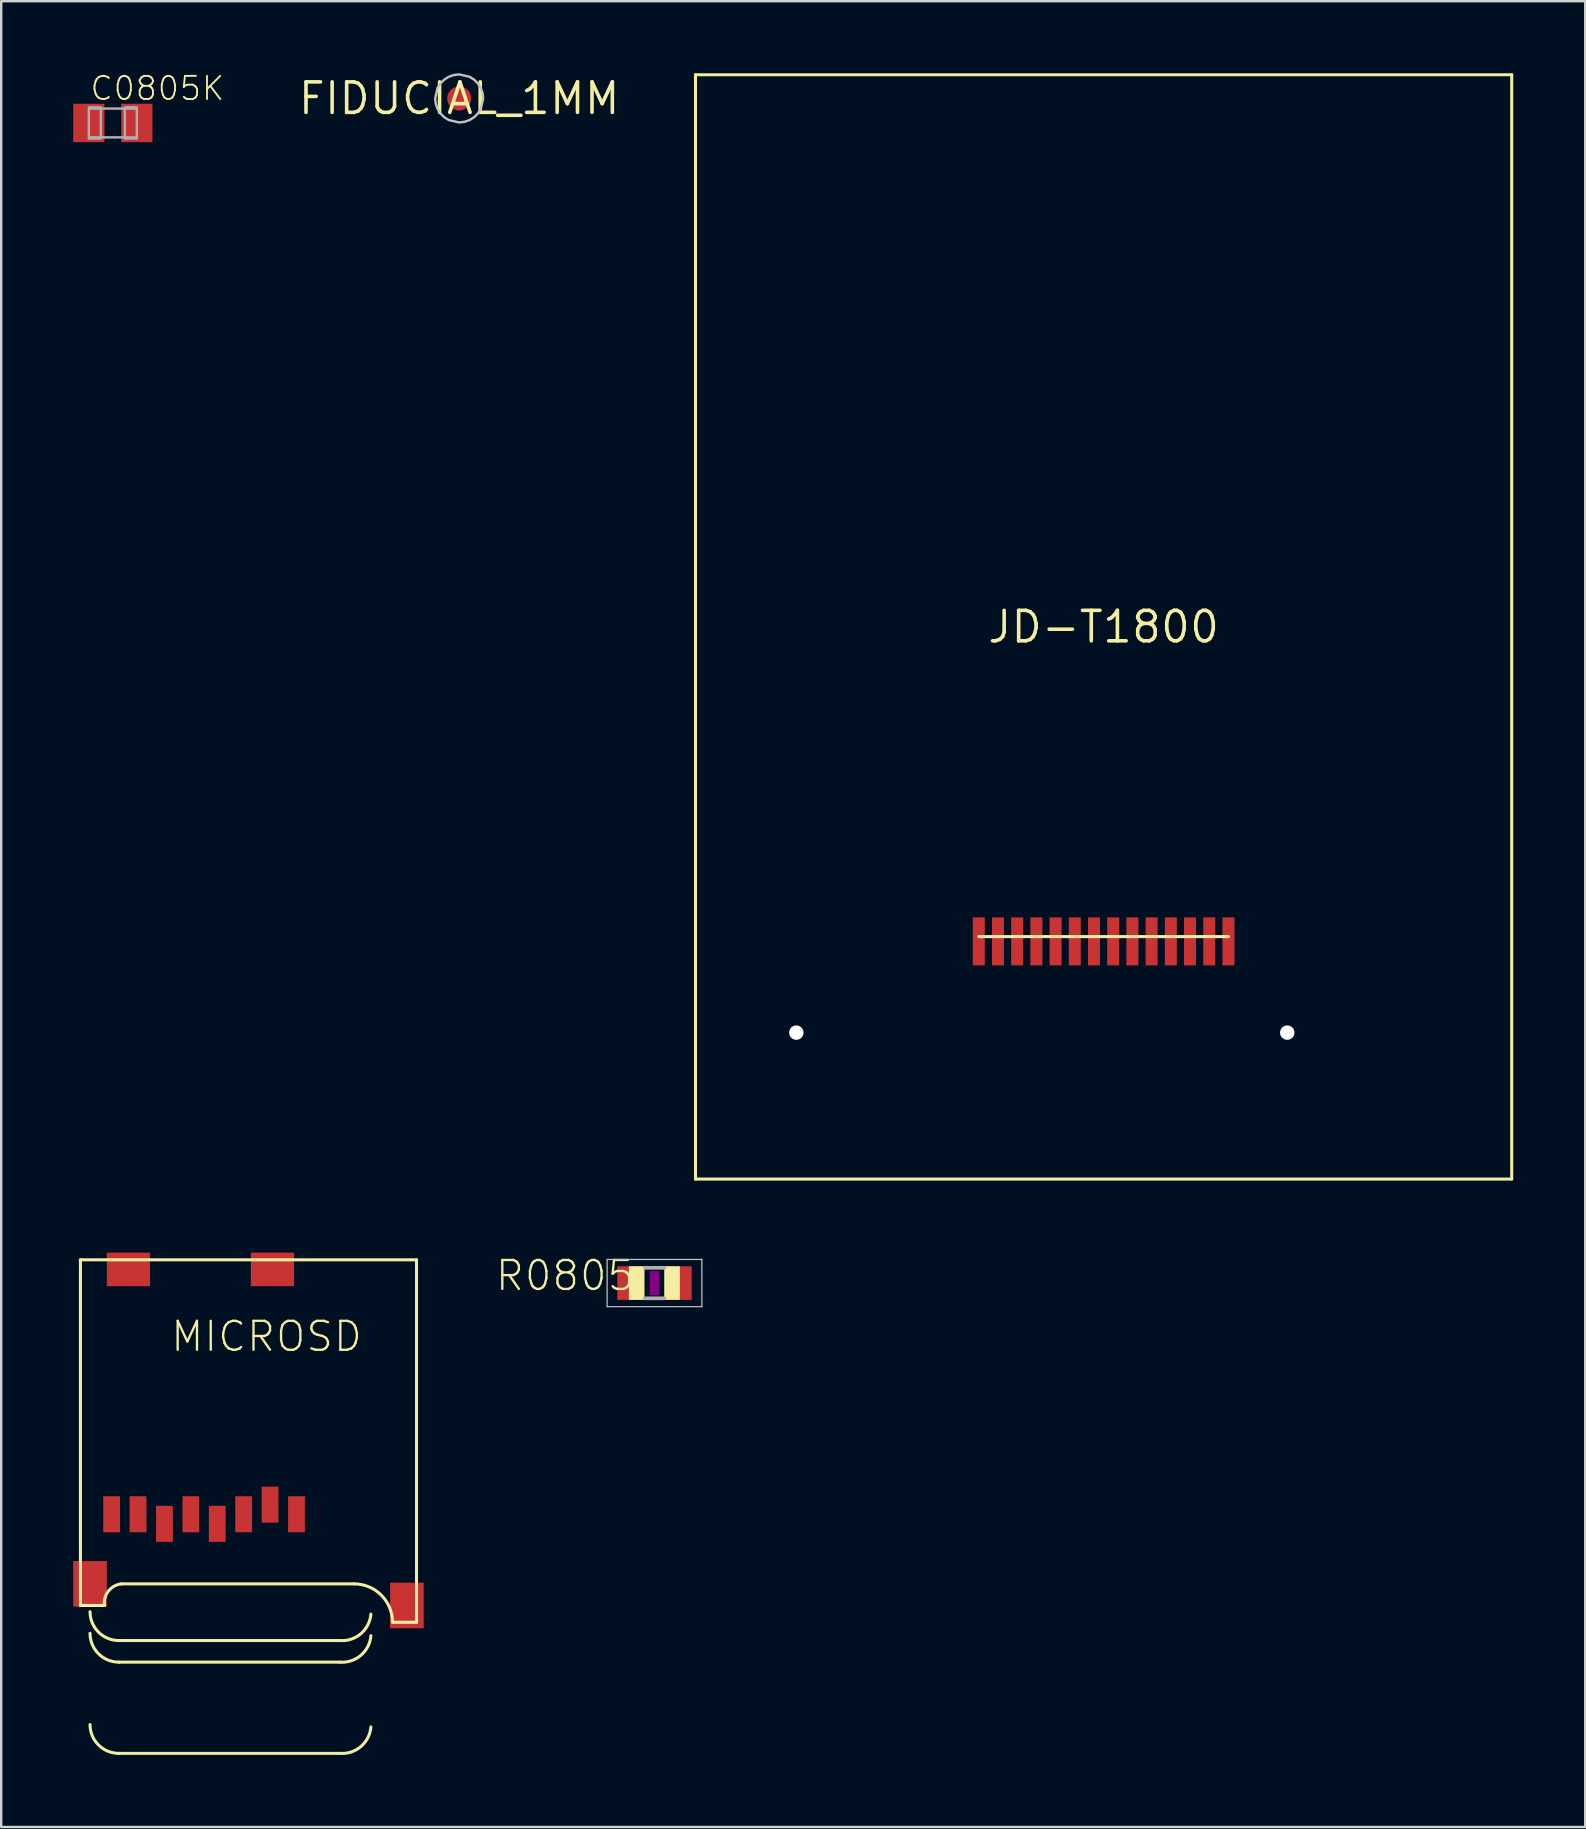
<source format=kicad_pcb>
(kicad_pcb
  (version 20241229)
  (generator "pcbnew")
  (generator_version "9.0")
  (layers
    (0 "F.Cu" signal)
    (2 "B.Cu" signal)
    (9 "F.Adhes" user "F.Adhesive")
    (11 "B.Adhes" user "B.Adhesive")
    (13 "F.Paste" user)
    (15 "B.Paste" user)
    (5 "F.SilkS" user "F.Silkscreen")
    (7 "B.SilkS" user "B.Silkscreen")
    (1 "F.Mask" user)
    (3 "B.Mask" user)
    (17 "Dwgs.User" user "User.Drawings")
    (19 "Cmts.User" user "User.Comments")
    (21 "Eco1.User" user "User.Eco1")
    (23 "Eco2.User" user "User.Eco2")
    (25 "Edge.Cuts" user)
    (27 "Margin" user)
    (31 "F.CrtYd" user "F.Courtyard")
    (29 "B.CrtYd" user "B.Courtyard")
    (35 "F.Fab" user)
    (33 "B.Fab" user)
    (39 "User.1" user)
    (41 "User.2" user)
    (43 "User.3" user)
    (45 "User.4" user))
  (footprint "C0805K"
    (layer "F.Cu")
    (at 1.65 2.072)
    (property "Reference" "C0805K" (at -1 -0.875 0) (layer "F.SilkS") (effects (font (size 0.965 0.965) (thickness 0.077)) (justify left bottom)))
    (attr through_hole)
    (fp_line (start -0.925 -0.6) (end 0.925 -0.6) (stroke (width 0.102) (type solid)) (layer "F.Fab"))
    (fp_line (start 0.925 0.6) (end -0.925 0.6) (stroke (width 0.102) (type solid)) (layer "F.Fab"))
    (fp_poly (pts (xy -1 0.65) (xy -0.5 0.65) (xy -0.5 -0.65) (xy -1 -0.65)) (stroke (width 0.1) (type solid)) (fill no) (layer "F.Fab"))
    (fp_poly (pts (xy 0.5 0.65) (xy 1 0.65) (xy 1 -0.65) (xy 0.5 -0.65)) (stroke (width 0.1) (type solid)) (fill no) (layer "F.Fab"))
    (pad "1" smd rect (at -1 0) (size 1.3 1.6) (layers "F.Cu" "F.Mask" "F.Paste"))
    (pad "2" smd rect (at 1 0) (size 1.3 1.6) (layers "F.Cu" "F.Mask" "F.Paste")))
  (footprint "MICROSD"
    (layer "F.Cu")
    (at 0.3 49.387)
    (property "Reference" "MICROSD" (at 3.7 3.94 0) (layer "F.SilkS") (effects (font (size 1.206 1.206) (thickness 0.097)) (justify left bottom)))
    (attr through_hole)
    (fp_line (start 0 0.04) (end 0 14.44) (stroke (width 0.127) (type solid)) (layer "F.SilkS"))
    (fp_line (start 0 14.44) (end 1 14.44) (stroke (width 0.127) (type solid)) (layer "F.SilkS"))
    (fp_line (start 1.6 15.9) (end 10.8 15.9) (stroke (width 0.127) (type solid)) (layer "F.SilkS"))
    (fp_line (start 1.6 16.8) (end 10.8 16.8) (stroke (width 0.127) (type solid)) (layer "F.SilkS"))
    (fp_line (start 1.6 20.6) (end 10.8 20.6) (stroke (width 0.127) (type solid)) (layer "F.SilkS"))
    (fp_line (start 1.7 13.54) (end 11.4 13.54) (stroke (width 0.127) (type solid)) (layer "F.SilkS"))
    (fp_line (start 13 15.14) (end 14 15.14) (stroke (width 0.127) (type solid)) (layer "F.SilkS"))
    (fp_line (start 14 0.04) (end 0 0.04) (stroke (width 0.127) (type solid)) (layer "F.SilkS"))
    (fp_line (start 14 15.14) (end 14 0.04) (stroke (width 0.127) (type solid)) (layer "F.SilkS"))
    (fp_arc (start 1 14.44) (mid 1.163604 13.845025) (end 1.7 13.54) (stroke (width 0.127) (type solid)) (layer "F.SilkS"))
    (fp_arc (start 1.6 15.9) (mid 0.751472 15.548528) (end 0.4 14.7) (stroke (width 0.127) (type solid)) (layer "F.SilkS"))
    (fp_arc (start 1.6 16.8) (mid 0.751472 16.448528) (end 0.4 15.6) (stroke (width 0.127) (type solid)) (layer "F.SilkS"))
    (fp_arc (start 1.6 20.6) (mid 0.751472 20.248528) (end 0.4 19.4) (stroke (width 0.127) (type solid)) (layer "F.SilkS"))
    (fp_arc (start 11.4 13.54) (mid 12.531371 14.008629) (end 13 15.14) (stroke (width 0.127) (type solid)) (layer "F.SilkS"))
    (fp_arc (start 12.1 14.8) (mid 11.677817 15.619239) (end 10.8 15.9) (stroke (width 0.127) (type solid)) (layer "F.SilkS"))
    (fp_arc (start 12.1 15.7) (mid 11.677817 16.519239) (end 10.8 16.8) (stroke (width 0.127) (type solid)) (layer "F.SilkS"))
    (fp_arc (start 12.1 19.5) (mid 11.677817 20.319239) (end 10.8 20.6) (stroke (width 0.127) (type solid)) (layer "F.SilkS"))
    (pad "1" smd rect (at 9 10.64) (size 0.7 1.5) (layers "F.Cu" "F.Mask" "F.Paste"))
    (pad "2" smd rect (at 7.9 10.24) (size 0.7 1.5) (layers "F.Cu" "F.Mask" "F.Paste"))
    (pad "3" smd rect (at 6.8 10.64) (size 0.7 1.5) (layers "F.Cu" "F.Mask" "F.Paste"))
    (pad "4" smd rect (at 5.7 11.04) (size 0.7 1.5) (layers "F.Cu" "F.Mask" "F.Paste"))
    (pad "5" smd rect (at 4.6 10.64) (size 0.7 1.5) (layers "F.Cu" "F.Mask" "F.Paste"))
    (pad "6" smd rect (at 3.5 11.04) (size 0.7 1.5) (layers "F.Cu" "F.Mask" "F.Paste"))
    (pad "7" smd rect (at 2.4 10.64) (size 0.7 1.5) (layers "F.Cu" "F.Mask" "F.Paste"))
    (pad "8" smd rect (at 1.3 10.64) (size 0.7 1.5) (layers "F.Cu" "F.Mask" "F.Paste"))
    (pad "CD1" smd rect (at 2 0.44 90) (size 1.4 1.8) (layers "F.Cu" "F.Mask" "F.Paste"))
    (pad "CD2" smd rect (at 8 0.44 90) (size 1.4 1.8) (layers "F.Cu" "F.Mask" "F.Paste"))
    (pad "MT1" smd rect (at 0.4 13.54) (size 1.4 1.9) (layers "F.Cu" "F.Mask" "F.Paste"))
    (pad "MT2" smd rect (at 13.6 14.44) (size 1.4 1.9) (layers "F.Cu" "F.Mask" "F.Paste")))
  (footprint "R0805"
    (layer "F.Cu")
    (at 24.213 50.397)
    (property "Reference" "R0805" (at -0.762 -1.016 180) (layer "F.SilkS") (effects (font (size 1.206 1.206) (thickness 0.097)) (justify right top)))
    (attr through_hole)
    (fp_poly (pts (xy -1.067 0.699) (xy -0.417 0.699) (xy -0.417 -0.702) (xy -1.067 -0.702)) (stroke (width 0) (type solid)) (fill yes) (layer "F.SilkS"))
    (fp_poly (pts (xy 0.406 0.699) (xy 1.056 0.699) (xy 1.056 -0.702) (xy 0.406 -0.702)) (stroke (width 0) (type solid)) (fill yes) (layer "F.SilkS"))
    (fp_poly (pts (xy -0.2 0.5) (xy 0.2 0.5) (xy 0.2 -0.5) (xy -0.2 -0.5)) (stroke (width 0) (type solid)) (fill yes) (layer "F.Adhes"))
    (fp_line (start -1.973 -0.983) (end 1.973 -0.983) (stroke (width 0.051) (type solid)) (layer "Dwgs.User"))
    (fp_line (start -1.973 0.983) (end -1.973 -0.983) (stroke (width 0.051) (type solid)) (layer "Dwgs.User"))
    (fp_line (start 1.973 -0.983) (end 1.973 0.983) (stroke (width 0.051) (type solid)) (layer "Dwgs.User"))
    (fp_line (start 1.973 0.983) (end -1.973 0.983) (stroke (width 0.051) (type solid)) (layer "Dwgs.User"))
    (fp_line (start -0.41 -0.635) (end 0.41 -0.635) (stroke (width 0.152) (type solid)) (layer "F.Fab"))
    (fp_line (start -0.41 0.635) (end 0.41 0.635) (stroke (width 0.152) (type solid)) (layer "F.Fab"))
    (pad "1" smd rect (at -1 0) (size 1.1 1.4) (layers "F.Cu" "F.Mask" "F.Paste"))
    (pad "2" smd rect (at 1 0) (size 1.1 1.4) (layers "F.Cu" "F.Mask" "F.Paste")))
  (footprint "JD-T1800"
    (layer "F.Cu")
    (at 42.921 23.064)
    (property "Reference" "JD-T1800" (at 0 0 0) (layer "F.SilkS") (effects (font (size 1.27 1.27) (thickness 0.15))))
    (attr through_hole)
    (fp_line (start -17 -23) (end 17 -23) (stroke (width 0.127) (type solid)) (layer "F.SilkS"))
    (fp_line (start -17 23) (end -17 -23) (stroke (width 0.127) (type solid)) (layer "F.SilkS"))
    (fp_line (start -5.2 12.9) (end 5.2 12.9) (stroke (width 0.127) (type solid)) (layer "F.SilkS"))
    (fp_line (start 17 -23) (end 17 23) (stroke (width 0.127) (type solid)) (layer "F.SilkS"))
    (fp_line (start 17 23) (end -17 23) (stroke (width 0.127) (type solid)) (layer "F.SilkS"))
    (pad "" np_thru_hole circle (at -12.8 16.9) (size 0.6 0.6) (drill 0.6) (layers "*.Cu" "*.Mask"))
    (pad "" np_thru_hole circle (at 7.65 16.9) (size 0.6 0.6) (drill 0.6) (layers "*.Cu" "*.Mask"))
    (pad "1" smd rect (at 5.2 13.1 90) (size 2 0.5) (layers "F.Cu" "F.Mask" "F.Paste"))
    (pad "2" smd rect (at 4.4 13.1 90) (size 2 0.5) (layers "F.Cu" "F.Mask" "F.Paste"))
    (pad "3" smd rect (at 3.6 13.1 90) (size 2 0.5) (layers "F.Cu" "F.Mask" "F.Paste"))
    (pad "4" smd rect (at 2.8 13.1 90) (size 2 0.5) (layers "F.Cu" "F.Mask" "F.Paste"))
    (pad "5" smd rect (at 2 13.1 90) (size 2 0.5) (layers "F.Cu" "F.Mask" "F.Paste"))
    (pad "6" smd rect (at 1.2 13.1 90) (size 2 0.5) (layers "F.Cu" "F.Mask" "F.Paste"))
    (pad "7" smd rect (at 0.4 13.1 90) (size 2 0.5) (layers "F.Cu" "F.Mask" "F.Paste"))
    (pad "8" smd rect (at -0.4 13.1 90) (size 2 0.5) (layers "F.Cu" "F.Mask" "F.Paste"))
    (pad "9" smd rect (at -1.2 13.1 90) (size 2 0.5) (layers "F.Cu" "F.Mask" "F.Paste"))
    (pad "10" smd rect (at -2 13.1 90) (size 2 0.5) (layers "F.Cu" "F.Mask" "F.Paste"))
    (pad "11" smd rect (at -2.8 13.1 90) (size 2 0.5) (layers "F.Cu" "F.Mask" "F.Paste"))
    (pad "12" smd rect (at -3.6 13.1 90) (size 2 0.5) (layers "F.Cu" "F.Mask" "F.Paste"))
    (pad "13" smd rect (at -4.4 13.1 90) (size 2 0.5) (layers "F.Cu" "F.Mask" "F.Paste"))
    (pad "14" smd rect (at -5.2 13.1 90) (size 2 0.5) (layers "F.Cu" "F.Mask" "F.Paste")))
  (footprint "FIDUCIAL_1MM"
    (layer "F.Cu")
    (at 16.077 1.05)
    (property "Reference" "FIDUCIAL_1MM" (at 0 0 0) (layer "F.SilkS") (effects (font (size 1.27 1.27) (thickness 0.15))))
    (attr through_hole)
    (fp_poly (pts (xy -1 0) (xy -0.975 0.223) (xy -0.901 0.434) (xy -0.782 0.623) (xy -0.623 0.782) (xy -0.434 0.901) (xy 0 1) (xy 0.223 0.975) (xy 0.434 0.901) (xy 0.623 0.782) (xy 0.782 0.623) (xy 0.901 0.434) (xy 1 0) (xy 0.975 -0.223) (xy 0.901 -0.434) (xy 0.782 -0.623) (xy 0.623 -0.782) (xy 0.434 -0.901) (xy 0 -1) (xy -0.223 -0.975) (xy -0.434 -0.901) (xy -0.623 -0.782) (xy -0.782 -0.623) (xy -0.901 -0.434)) (stroke (width 0) (type solid)) (fill yes) (layer "F.Mask"))
    (fp_poly (pts (xy -1 0) (xy -0.975 0.223) (xy -0.901 0.434) (xy -0.782 0.623) (xy -0.623 0.782) (xy -0.434 0.901) (xy 0 1) (xy 0.223 0.975) (xy 0.434 0.901) (xy 0.623 0.782) (xy 0.782 0.623) (xy 0.901 0.434) (xy 1 0) (xy 0.975 -0.223) (xy 0.901 -0.434) (xy 0.782 -0.623) (xy 0.623 -0.782) (xy 0.434 -0.901) (xy 0 -1) (xy -0.223 -0.975) (xy -0.434 -0.901) (xy -0.623 -0.782) (xy -0.782 -0.623) (xy -0.901 -0.434)) (stroke (width 0.1) (type solid)) (fill no) (layer "Dwgs.User"))
    (pad "1" smd roundrect (at 0 0) (size 1 1) (layers "F.Cu" "F.Mask") (roundrect_rratio 0.5)))
  (gr_rect
    (start -3 -3)
    (end 62.984 73.055)
    (stroke (width 0.1) (type default))
    (fill no)
    (layer "Edge.Cuts")))
</source>
